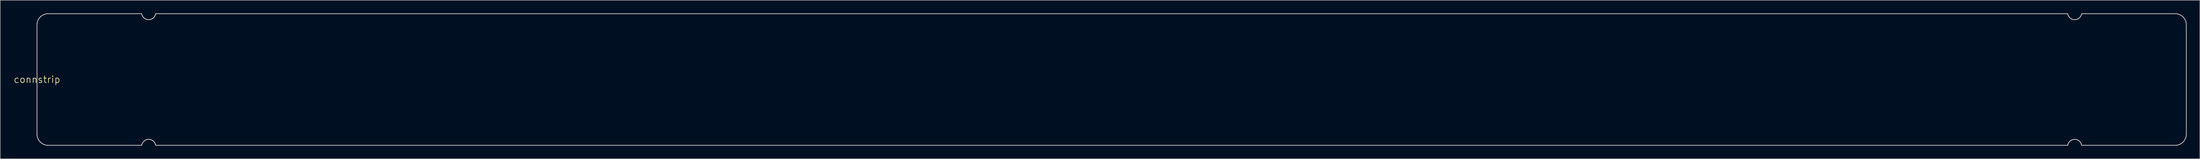
<source format=kicad_pcb>
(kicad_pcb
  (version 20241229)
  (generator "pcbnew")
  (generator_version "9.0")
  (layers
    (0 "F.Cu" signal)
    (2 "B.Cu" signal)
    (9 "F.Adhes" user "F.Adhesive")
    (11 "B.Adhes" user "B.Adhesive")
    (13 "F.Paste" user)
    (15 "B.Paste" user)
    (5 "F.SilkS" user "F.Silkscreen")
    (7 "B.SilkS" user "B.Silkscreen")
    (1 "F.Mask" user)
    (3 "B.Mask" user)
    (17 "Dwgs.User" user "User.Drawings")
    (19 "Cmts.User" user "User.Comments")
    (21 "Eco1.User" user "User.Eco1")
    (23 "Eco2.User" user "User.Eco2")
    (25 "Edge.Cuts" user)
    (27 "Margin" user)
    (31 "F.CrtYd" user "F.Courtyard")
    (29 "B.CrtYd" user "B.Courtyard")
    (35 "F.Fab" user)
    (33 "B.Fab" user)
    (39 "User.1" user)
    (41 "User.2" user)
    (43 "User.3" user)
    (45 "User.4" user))
  (footprint "connstrip"
    (layer "F.Cu")
    (at 5.37 15.077)
    (property "Reference" "connstrip" (at 0 0 0) (layer "F.SilkS") (effects (font (size 1.524 1.524) (thickness 0.15))))
    (attr through_hole)
    (fp_line (start 0 -12.46) (end 0 12.46) (stroke (width 0.154) (type solid)) (layer "Edge.Cuts"))
    (fp_line (start 0 12.46) (end 0.003 12.591) (stroke (width 0.154) (type solid)) (layer "Edge.Cuts"))
    (fp_line (start 0.003 -12.591) (end 0 -12.46) (stroke (width 0.154) (type solid)) (layer "Edge.Cuts"))
    (fp_line (start 0.003 12.591) (end 0.013 12.721) (stroke (width 0.154) (type solid)) (layer "Edge.Cuts"))
    (fp_line (start 0.013 -12.721) (end 0.003 -12.591) (stroke (width 0.154) (type solid)) (layer "Edge.Cuts"))
    (fp_line (start 0.013 12.721) (end 0.029 12.848) (stroke (width 0.154) (type solid)) (layer "Edge.Cuts"))
    (fp_line (start 0.029 -12.848) (end 0.013 -12.721) (stroke (width 0.154) (type solid)) (layer "Edge.Cuts"))
    (fp_line (start 0.029 12.848) (end 0.051 12.973) (stroke (width 0.154) (type solid)) (layer "Edge.Cuts"))
    (fp_line (start 0.051 -12.973) (end 0.029 -12.848) (stroke (width 0.154) (type solid)) (layer "Edge.Cuts"))
    (fp_line (start 0.051 12.973) (end 0.08 13.096) (stroke (width 0.154) (type solid)) (layer "Edge.Cuts"))
    (fp_line (start 0.08 -13.096) (end 0.051 -12.973) (stroke (width 0.154) (type solid)) (layer "Edge.Cuts"))
    (fp_line (start 0.08 13.096) (end 0.114 13.217) (stroke (width 0.154) (type solid)) (layer "Edge.Cuts"))
    (fp_line (start 0.114 -13.217) (end 0.08 -13.096) (stroke (width 0.154) (type solid)) (layer "Edge.Cuts"))
    (fp_line (start 0.114 13.217) (end 0.154 13.335) (stroke (width 0.154) (type solid)) (layer "Edge.Cuts"))
    (fp_line (start 0.154 -13.335) (end 0.114 -13.217) (stroke (width 0.154) (type solid)) (layer "Edge.Cuts"))
    (fp_line (start 0.154 13.335) (end 0.199 13.451) (stroke (width 0.154) (type solid)) (layer "Edge.Cuts"))
    (fp_line (start 0.199 -13.451) (end 0.154 -13.335) (stroke (width 0.154) (type solid)) (layer "Edge.Cuts"))
    (fp_line (start 0.199 13.451) (end 0.25 13.563) (stroke (width 0.154) (type solid)) (layer "Edge.Cuts"))
    (fp_line (start 0.25 -13.563) (end 0.199 -13.451) (stroke (width 0.154) (type solid)) (layer "Edge.Cuts"))
    (fp_line (start 0.25 13.563) (end 0.306 13.673) (stroke (width 0.154) (type solid)) (layer "Edge.Cuts"))
    (fp_line (start 0.306 -13.673) (end 0.25 -13.563) (stroke (width 0.154) (type solid)) (layer "Edge.Cuts"))
    (fp_line (start 0.306 13.673) (end 0.367 13.779) (stroke (width 0.154) (type solid)) (layer "Edge.Cuts"))
    (fp_line (start 0.367 -13.779) (end 0.306 -13.673) (stroke (width 0.154) (type solid)) (layer "Edge.Cuts"))
    (fp_line (start 0.367 13.779) (end 0.433 13.882) (stroke (width 0.154) (type solid)) (layer "Edge.Cuts"))
    (fp_line (start 0.433 -13.882) (end 0.367 -13.779) (stroke (width 0.154) (type solid)) (layer "Edge.Cuts"))
    (fp_line (start 0.433 13.882) (end 0.503 13.982) (stroke (width 0.154) (type solid)) (layer "Edge.Cuts"))
    (fp_line (start 0.503 -13.982) (end 0.433 -13.882) (stroke (width 0.154) (type solid)) (layer "Edge.Cuts"))
    (fp_line (start 0.503 13.982) (end 0.579 14.078) (stroke (width 0.154) (type solid)) (layer "Edge.Cuts"))
    (fp_line (start 0.579 -14.078) (end 0.503 -13.982) (stroke (width 0.154) (type solid)) (layer "Edge.Cuts"))
    (fp_line (start 0.579 14.078) (end 0.658 14.17) (stroke (width 0.154) (type solid)) (layer "Edge.Cuts"))
    (fp_line (start 0.658 -14.17) (end 0.579 -14.078) (stroke (width 0.154) (type solid)) (layer "Edge.Cuts"))
    (fp_line (start 0.658 14.17) (end 0.742 14.258) (stroke (width 0.154) (type solid)) (layer "Edge.Cuts"))
    (fp_line (start 0.742 -14.258) (end 0.658 -14.17) (stroke (width 0.154) (type solid)) (layer "Edge.Cuts"))
    (fp_line (start 0.742 14.258) (end 0.83 14.342) (stroke (width 0.154) (type solid)) (layer "Edge.Cuts"))
    (fp_line (start 0.83 -14.342) (end 0.742 -14.258) (stroke (width 0.154) (type solid)) (layer "Edge.Cuts"))
    (fp_line (start 0.83 14.342) (end 0.922 14.422) (stroke (width 0.154) (type solid)) (layer "Edge.Cuts"))
    (fp_line (start 0.922 -14.422) (end 0.83 -14.342) (stroke (width 0.154) (type solid)) (layer "Edge.Cuts"))
    (fp_line (start 0.922 14.422) (end 1.018 14.497) (stroke (width 0.154) (type solid)) (layer "Edge.Cuts"))
    (fp_line (start 1.018 -14.497) (end 0.922 -14.422) (stroke (width 0.154) (type solid)) (layer "Edge.Cuts"))
    (fp_line (start 1.018 14.497) (end 1.118 14.568) (stroke (width 0.154) (type solid)) (layer "Edge.Cuts"))
    (fp_line (start 1.118 -14.568) (end 1.018 -14.497) (stroke (width 0.154) (type solid)) (layer "Edge.Cuts"))
    (fp_line (start 1.118 14.568) (end 1.221 14.633) (stroke (width 0.154) (type solid)) (layer "Edge.Cuts"))
    (fp_line (start 1.221 -14.633) (end 1.118 -14.568) (stroke (width 0.154) (type solid)) (layer "Edge.Cuts"))
    (fp_line (start 1.221 14.633) (end 1.327 14.694) (stroke (width 0.154) (type solid)) (layer "Edge.Cuts"))
    (fp_line (start 1.327 -14.694) (end 1.221 -14.633) (stroke (width 0.154) (type solid)) (layer "Edge.Cuts"))
    (fp_line (start 1.327 14.694) (end 1.437 14.75) (stroke (width 0.154) (type solid)) (layer "Edge.Cuts"))
    (fp_line (start 1.437 -14.75) (end 1.327 -14.694) (stroke (width 0.154) (type solid)) (layer "Edge.Cuts"))
    (fp_line (start 1.437 14.75) (end 1.549 14.801) (stroke (width 0.154) (type solid)) (layer "Edge.Cuts"))
    (fp_line (start 1.549 -14.801) (end 1.437 -14.75) (stroke (width 0.154) (type solid)) (layer "Edge.Cuts"))
    (fp_line (start 1.549 14.801) (end 1.665 14.846) (stroke (width 0.154) (type solid)) (layer "Edge.Cuts"))
    (fp_line (start 1.665 -14.846) (end 1.549 -14.801) (stroke (width 0.154) (type solid)) (layer "Edge.Cuts"))
    (fp_line (start 1.665 14.846) (end 1.783 14.886) (stroke (width 0.154) (type solid)) (layer "Edge.Cuts"))
    (fp_line (start 1.783 -14.886) (end 1.665 -14.846) (stroke (width 0.154) (type solid)) (layer "Edge.Cuts"))
    (fp_line (start 1.783 14.886) (end 1.904 14.92) (stroke (width 0.154) (type solid)) (layer "Edge.Cuts"))
    (fp_line (start 1.904 -14.92) (end 1.783 -14.886) (stroke (width 0.154) (type solid)) (layer "Edge.Cuts"))
    (fp_line (start 1.904 14.92) (end 2.027 14.949) (stroke (width 0.154) (type solid)) (layer "Edge.Cuts"))
    (fp_line (start 2.027 -14.949) (end 1.904 -14.92) (stroke (width 0.154) (type solid)) (layer "Edge.Cuts"))
    (fp_line (start 2.027 14.949) (end 2.152 14.971) (stroke (width 0.154) (type solid)) (layer "Edge.Cuts"))
    (fp_line (start 2.152 -14.971) (end 2.027 -14.949) (stroke (width 0.154) (type solid)) (layer "Edge.Cuts"))
    (fp_line (start 2.152 14.971) (end 2.279 14.987) (stroke (width 0.154) (type solid)) (layer "Edge.Cuts"))
    (fp_line (start 2.279 -14.987) (end 2.152 -14.971) (stroke (width 0.154) (type solid)) (layer "Edge.Cuts"))
    (fp_line (start 2.279 14.987) (end 2.409 14.997) (stroke (width 0.154) (type solid)) (layer "Edge.Cuts"))
    (fp_line (start 2.409 -14.997) (end 2.279 -14.987) (stroke (width 0.154) (type solid)) (layer "Edge.Cuts"))
    (fp_line (start 2.409 14.997) (end 2.54 15) (stroke (width 0.154) (type solid)) (layer "Edge.Cuts"))
    (fp_line (start 2.54 -15) (end 2.409 -14.997) (stroke (width 0.154) (type solid)) (layer "Edge.Cuts"))
    (fp_line (start 2.54 15) (end 23.82 15) (stroke (width 0.154) (type solid)) (layer "Edge.Cuts"))
    (fp_line (start 23.82 15) (end 23.832 14.927) (stroke (width 0.154) (type solid)) (layer "Edge.Cuts"))
    (fp_line (start 23.82 -15) (end 2.54 -15) (stroke (width 0.154) (type solid)) (layer "Edge.Cuts"))
    (fp_line (start 23.832 14.927) (end 23.848 14.856) (stroke (width 0.154) (type solid)) (layer "Edge.Cuts"))
    (fp_line (start 23.833 -14.927) (end 23.82 -15) (stroke (width 0.154) (type solid)) (layer "Edge.Cuts"))
    (fp_line (start 23.848 14.856) (end 23.867 14.786) (stroke (width 0.154) (type solid)) (layer "Edge.Cuts"))
    (fp_line (start 23.849 -14.856) (end 23.833 -14.927) (stroke (width 0.154) (type solid)) (layer "Edge.Cuts"))
    (fp_line (start 23.867 14.786) (end 23.889 14.717) (stroke (width 0.154) (type solid)) (layer "Edge.Cuts"))
    (fp_line (start 23.868 -14.786) (end 23.849 -14.856) (stroke (width 0.154) (type solid)) (layer "Edge.Cuts"))
    (fp_line (start 23.889 14.717) (end 23.914 14.65) (stroke (width 0.154) (type solid)) (layer "Edge.Cuts"))
    (fp_line (start 23.89 -14.717) (end 23.868 -14.786) (stroke (width 0.154) (type solid)) (layer "Edge.Cuts"))
    (fp_line (start 23.914 14.65) (end 23.942 14.584) (stroke (width 0.154) (type solid)) (layer "Edge.Cuts"))
    (fp_line (start 23.915 -14.65) (end 23.89 -14.717) (stroke (width 0.154) (type solid)) (layer "Edge.Cuts"))
    (fp_line (start 23.942 14.584) (end 23.972 14.52) (stroke (width 0.154) (type solid)) (layer "Edge.Cuts"))
    (fp_line (start 23.942 -14.585) (end 23.915 -14.65) (stroke (width 0.154) (type solid)) (layer "Edge.Cuts"))
    (fp_line (start 23.972 14.52) (end 24.005 14.458) (stroke (width 0.154) (type solid)) (layer "Edge.Cuts"))
    (fp_line (start 23.973 -14.521) (end 23.942 -14.585) (stroke (width 0.154) (type solid)) (layer "Edge.Cuts"))
    (fp_line (start 24.005 14.458) (end 24.041 14.397) (stroke (width 0.154) (type solid)) (layer "Edge.Cuts"))
    (fp_line (start 24.006 -14.458) (end 23.973 -14.521) (stroke (width 0.154) (type solid)) (layer "Edge.Cuts"))
    (fp_line (start 24.041 14.397) (end 24.08 14.339) (stroke (width 0.154) (type solid)) (layer "Edge.Cuts"))
    (fp_line (start 24.042 -14.398) (end 24.006 -14.458) (stroke (width 0.154) (type solid)) (layer "Edge.Cuts"))
    (fp_line (start 24.08 14.339) (end 24.12 14.282) (stroke (width 0.154) (type solid)) (layer "Edge.Cuts"))
    (fp_line (start 24.08 -14.339) (end 24.042 -14.398) (stroke (width 0.154) (type solid)) (layer "Edge.Cuts"))
    (fp_line (start 24.12 14.282) (end 24.163 14.227) (stroke (width 0.154) (type solid)) (layer "Edge.Cuts"))
    (fp_line (start 24.121 -14.282) (end 24.08 -14.339) (stroke (width 0.154) (type solid)) (layer "Edge.Cuts"))
    (fp_line (start 24.163 14.227) (end 24.209 14.174) (stroke (width 0.154) (type solid)) (layer "Edge.Cuts"))
    (fp_line (start 24.164 -14.227) (end 24.121 -14.282) (stroke (width 0.154) (type solid)) (layer "Edge.Cuts"))
    (fp_line (start 24.209 14.174) (end 24.256 14.123) (stroke (width 0.154) (type solid)) (layer "Edge.Cuts"))
    (fp_line (start 24.209 -14.174) (end 24.164 -14.227) (stroke (width 0.154) (type solid)) (layer "Edge.Cuts"))
    (fp_line (start 24.256 14.123) (end 24.306 14.074) (stroke (width 0.154) (type solid)) (layer "Edge.Cuts"))
    (fp_line (start 24.257 -14.123) (end 24.209 -14.174) (stroke (width 0.154) (type solid)) (layer "Edge.Cuts"))
    (fp_line (start 24.306 14.074) (end 24.358 14.027) (stroke (width 0.154) (type solid)) (layer "Edge.Cuts"))
    (fp_line (start 24.306 -14.074) (end 24.257 -14.123) (stroke (width 0.154) (type solid)) (layer "Edge.Cuts"))
    (fp_line (start 24.358 14.027) (end 24.412 13.983) (stroke (width 0.154) (type solid)) (layer "Edge.Cuts"))
    (fp_line (start 24.358 -14.027) (end 24.306 -14.074) (stroke (width 0.154) (type solid)) (layer "Edge.Cuts"))
    (fp_line (start 24.412 13.983) (end 24.467 13.941) (stroke (width 0.154) (type solid)) (layer "Edge.Cuts"))
    (fp_line (start 24.412 -13.983) (end 24.358 -14.027) (stroke (width 0.154) (type solid)) (layer "Edge.Cuts"))
    (fp_line (start 24.467 13.941) (end 24.525 13.902) (stroke (width 0.154) (type solid)) (layer "Edge.Cuts"))
    (fp_line (start 24.468 -13.941) (end 24.412 -13.983) (stroke (width 0.154) (type solid)) (layer "Edge.Cuts"))
    (fp_line (start 24.525 13.902) (end 24.584 13.865) (stroke (width 0.154) (type solid)) (layer "Edge.Cuts"))
    (fp_line (start 24.525 -13.902) (end 24.468 -13.941) (stroke (width 0.154) (type solid)) (layer "Edge.Cuts"))
    (fp_line (start 24.584 13.865) (end 24.645 13.83) (stroke (width 0.154) (type solid)) (layer "Edge.Cuts"))
    (fp_line (start 24.584 -13.865) (end 24.525 -13.902) (stroke (width 0.154) (type solid)) (layer "Edge.Cuts"))
    (fp_line (start 24.645 13.83) (end 24.707 13.798) (stroke (width 0.154) (type solid)) (layer "Edge.Cuts"))
    (fp_line (start 24.645 -13.83) (end 24.584 -13.865) (stroke (width 0.154) (type solid)) (layer "Edge.Cuts"))
    (fp_line (start 24.707 13.798) (end 24.771 13.769) (stroke (width 0.154) (type solid)) (layer "Edge.Cuts"))
    (fp_line (start 24.707 -13.799) (end 24.645 -13.83) (stroke (width 0.154) (type solid)) (layer "Edge.Cuts"))
    (fp_line (start 24.771 13.769) (end 24.836 13.743) (stroke (width 0.154) (type solid)) (layer "Edge.Cuts"))
    (fp_line (start 24.771 -13.769) (end 24.707 -13.799) (stroke (width 0.154) (type solid)) (layer "Edge.Cuts"))
    (fp_line (start 24.836 13.743) (end 24.903 13.719) (stroke (width 0.154) (type solid)) (layer "Edge.Cuts"))
    (fp_line (start 24.836 -13.743) (end 24.771 -13.769) (stroke (width 0.154) (type solid)) (layer "Edge.Cuts"))
    (fp_line (start 24.903 13.719) (end 24.971 13.699) (stroke (width 0.154) (type solid)) (layer "Edge.Cuts"))
    (fp_line (start 24.903 -13.72) (end 24.836 -13.743) (stroke (width 0.154) (type solid)) (layer "Edge.Cuts"))
    (fp_line (start 24.971 13.699) (end 25.04 13.681) (stroke (width 0.154) (type solid)) (layer "Edge.Cuts"))
    (fp_line (start 24.971 -13.699) (end 24.903 -13.72) (stroke (width 0.154) (type solid)) (layer "Edge.Cuts"))
    (fp_line (start 25.04 13.681) (end 25.11 13.667) (stroke (width 0.154) (type solid)) (layer "Edge.Cuts"))
    (fp_line (start 25.04 -13.681) (end 24.971 -13.699) (stroke (width 0.154) (type solid)) (layer "Edge.Cuts"))
    (fp_line (start 25.11 13.667) (end 25.181 13.655) (stroke (width 0.154) (type solid)) (layer "Edge.Cuts"))
    (fp_line (start 25.11 -13.667) (end 25.04 -13.681) (stroke (width 0.154) (type solid)) (layer "Edge.Cuts"))
    (fp_line (start 25.181 13.655) (end 25.253 13.647) (stroke (width 0.154) (type solid)) (layer "Edge.Cuts"))
    (fp_line (start 25.181 -13.655) (end 25.11 -13.667) (stroke (width 0.154) (type solid)) (layer "Edge.Cuts"))
    (fp_line (start 25.253 13.647) (end 25.326 13.642) (stroke (width 0.154) (type solid)) (layer "Edge.Cuts"))
    (fp_line (start 25.253 -13.647) (end 25.181 -13.655) (stroke (width 0.154) (type solid)) (layer "Edge.Cuts"))
    (fp_line (start 25.326 13.642) (end 25.4 13.64) (stroke (width 0.154) (type solid)) (layer "Edge.Cuts"))
    (fp_line (start 25.326 -13.642) (end 25.253 -13.647) (stroke (width 0.154) (type solid)) (layer "Edge.Cuts"))
    (fp_line (start 25.4 -13.64) (end 25.326 -13.642) (stroke (width 0.154) (type solid)) (layer "Edge.Cuts"))
    (fp_line (start 25.4 13.64) (end 25.474 13.642) (stroke (width 0.154) (type solid)) (layer "Edge.Cuts"))
    (fp_line (start 25.474 13.642) (end 25.547 13.647) (stroke (width 0.154) (type solid)) (layer "Edge.Cuts"))
    (fp_line (start 25.474 -13.642) (end 25.4 -13.64) (stroke (width 0.154) (type solid)) (layer "Edge.Cuts"))
    (fp_line (start 25.547 13.647) (end 25.619 13.655) (stroke (width 0.154) (type solid)) (layer "Edge.Cuts"))
    (fp_line (start 25.547 -13.647) (end 25.474 -13.642) (stroke (width 0.154) (type solid)) (layer "Edge.Cuts"))
    (fp_line (start 25.619 13.655) (end 25.69 13.667) (stroke (width 0.154) (type solid)) (layer "Edge.Cuts"))
    (fp_line (start 25.619 -13.655) (end 25.547 -13.647) (stroke (width 0.154) (type solid)) (layer "Edge.Cuts"))
    (fp_line (start 25.69 13.667) (end 25.76 13.681) (stroke (width 0.154) (type solid)) (layer "Edge.Cuts"))
    (fp_line (start 25.69 -13.667) (end 25.619 -13.655) (stroke (width 0.154) (type solid)) (layer "Edge.Cuts"))
    (fp_line (start 25.76 13.681) (end 25.829 13.699) (stroke (width 0.154) (type solid)) (layer "Edge.Cuts"))
    (fp_line (start 25.76 -13.681) (end 25.69 -13.667) (stroke (width 0.154) (type solid)) (layer "Edge.Cuts"))
    (fp_line (start 25.829 13.699) (end 25.897 13.72) (stroke (width 0.154) (type solid)) (layer "Edge.Cuts"))
    (fp_line (start 25.829 -13.699) (end 25.76 -13.681) (stroke (width 0.154) (type solid)) (layer "Edge.Cuts"))
    (fp_line (start 25.897 13.72) (end 25.964 13.743) (stroke (width 0.154) (type solid)) (layer "Edge.Cuts"))
    (fp_line (start 25.897 -13.719) (end 25.829 -13.699) (stroke (width 0.154) (type solid)) (layer "Edge.Cuts"))
    (fp_line (start 25.964 13.743) (end 26.029 13.769) (stroke (width 0.154) (type solid)) (layer "Edge.Cuts"))
    (fp_line (start 25.964 -13.743) (end 25.897 -13.719) (stroke (width 0.154) (type solid)) (layer "Edge.Cuts"))
    (fp_line (start 26.029 13.769) (end 26.093 13.799) (stroke (width 0.154) (type solid)) (layer "Edge.Cuts"))
    (fp_line (start 26.029 -13.769) (end 25.964 -13.743) (stroke (width 0.154) (type solid)) (layer "Edge.Cuts"))
    (fp_line (start 26.093 13.799) (end 26.155 13.83) (stroke (width 0.154) (type solid)) (layer "Edge.Cuts"))
    (fp_line (start 26.093 -13.798) (end 26.029 -13.769) (stroke (width 0.154) (type solid)) (layer "Edge.Cuts"))
    (fp_line (start 26.155 13.83) (end 26.216 13.865) (stroke (width 0.154) (type solid)) (layer "Edge.Cuts"))
    (fp_line (start 26.155 -13.83) (end 26.093 -13.798) (stroke (width 0.154) (type solid)) (layer "Edge.Cuts"))
    (fp_line (start 26.216 13.865) (end 26.275 13.902) (stroke (width 0.154) (type solid)) (layer "Edge.Cuts"))
    (fp_line (start 26.216 -13.865) (end 26.155 -13.83) (stroke (width 0.154) (type solid)) (layer "Edge.Cuts"))
    (fp_line (start 26.275 13.902) (end 26.332 13.941) (stroke (width 0.154) (type solid)) (layer "Edge.Cuts"))
    (fp_line (start 26.275 -13.902) (end 26.216 -13.865) (stroke (width 0.154) (type solid)) (layer "Edge.Cuts"))
    (fp_line (start 26.332 13.941) (end 26.388 13.983) (stroke (width 0.154) (type solid)) (layer "Edge.Cuts"))
    (fp_line (start 26.333 -13.941) (end 26.275 -13.902) (stroke (width 0.154) (type solid)) (layer "Edge.Cuts"))
    (fp_line (start 26.388 13.983) (end 26.442 14.027) (stroke (width 0.154) (type solid)) (layer "Edge.Cuts"))
    (fp_line (start 26.388 -13.983) (end 26.333 -13.941) (stroke (width 0.154) (type solid)) (layer "Edge.Cuts"))
    (fp_line (start 26.442 14.027) (end 26.494 14.074) (stroke (width 0.154) (type solid)) (layer "Edge.Cuts"))
    (fp_line (start 26.442 -14.027) (end 26.388 -13.983) (stroke (width 0.154) (type solid)) (layer "Edge.Cuts"))
    (fp_line (start 26.494 14.074) (end 26.543 14.123) (stroke (width 0.154) (type solid)) (layer "Edge.Cuts"))
    (fp_line (start 26.494 -14.074) (end 26.442 -14.027) (stroke (width 0.154) (type solid)) (layer "Edge.Cuts"))
    (fp_line (start 26.543 14.123) (end 26.591 14.174) (stroke (width 0.154) (type solid)) (layer "Edge.Cuts"))
    (fp_line (start 26.544 -14.123) (end 26.494 -14.074) (stroke (width 0.154) (type solid)) (layer "Edge.Cuts"))
    (fp_line (start 26.591 14.174) (end 26.636 14.227) (stroke (width 0.154) (type solid)) (layer "Edge.Cuts"))
    (fp_line (start 26.591 -14.174) (end 26.544 -14.123) (stroke (width 0.154) (type solid)) (layer "Edge.Cuts"))
    (fp_line (start 26.636 14.227) (end 26.679 14.282) (stroke (width 0.154) (type solid)) (layer "Edge.Cuts"))
    (fp_line (start 26.637 -14.227) (end 26.591 -14.174) (stroke (width 0.154) (type solid)) (layer "Edge.Cuts"))
    (fp_line (start 26.679 14.282) (end 26.72 14.339) (stroke (width 0.154) (type solid)) (layer "Edge.Cuts"))
    (fp_line (start 26.68 -14.282) (end 26.637 -14.227) (stroke (width 0.154) (type solid)) (layer "Edge.Cuts"))
    (fp_line (start 26.72 14.339) (end 26.758 14.398) (stroke (width 0.154) (type solid)) (layer "Edge.Cuts"))
    (fp_line (start 26.72 -14.339) (end 26.68 -14.282) (stroke (width 0.154) (type solid)) (layer "Edge.Cuts"))
    (fp_line (start 26.758 14.398) (end 26.794 14.458) (stroke (width 0.154) (type solid)) (layer "Edge.Cuts"))
    (fp_line (start 26.759 -14.397) (end 26.72 -14.339) (stroke (width 0.154) (type solid)) (layer "Edge.Cuts"))
    (fp_line (start 26.794 14.458) (end 26.827 14.521) (stroke (width 0.154) (type solid)) (layer "Edge.Cuts"))
    (fp_line (start 26.795 -14.458) (end 26.759 -14.397) (stroke (width 0.154) (type solid)) (layer "Edge.Cuts"))
    (fp_line (start 26.827 14.521) (end 26.858 14.585) (stroke (width 0.154) (type solid)) (layer "Edge.Cuts"))
    (fp_line (start 26.828 -14.52) (end 26.795 -14.458) (stroke (width 0.154) (type solid)) (layer "Edge.Cuts"))
    (fp_line (start 26.858 14.585) (end 26.885 14.65) (stroke (width 0.154) (type solid)) (layer "Edge.Cuts"))
    (fp_line (start 26.858 -14.584) (end 26.828 -14.52) (stroke (width 0.154) (type solid)) (layer "Edge.Cuts"))
    (fp_line (start 26.885 14.65) (end 26.91 14.717) (stroke (width 0.154) (type solid)) (layer "Edge.Cuts"))
    (fp_line (start 26.886 -14.65) (end 26.858 -14.584) (stroke (width 0.154) (type solid)) (layer "Edge.Cuts"))
    (fp_line (start 26.91 14.717) (end 26.932 14.786) (stroke (width 0.154) (type solid)) (layer "Edge.Cuts"))
    (fp_line (start 26.911 -14.717) (end 26.886 -14.65) (stroke (width 0.154) (type solid)) (layer "Edge.Cuts"))
    (fp_line (start 26.932 14.786) (end 26.951 14.856) (stroke (width 0.154) (type solid)) (layer "Edge.Cuts"))
    (fp_line (start 26.933 -14.786) (end 26.911 -14.717) (stroke (width 0.154) (type solid)) (layer "Edge.Cuts"))
    (fp_line (start 26.951 14.856) (end 26.967 14.927) (stroke (width 0.154) (type solid)) (layer "Edge.Cuts"))
    (fp_line (start 26.952 -14.856) (end 26.933 -14.786) (stroke (width 0.154) (type solid)) (layer "Edge.Cuts"))
    (fp_line (start 26.967 14.927) (end 26.98 15) (stroke (width 0.154) (type solid)) (layer "Edge.Cuts"))
    (fp_line (start 26.968 -14.927) (end 26.952 -14.856) (stroke (width 0.154) (type solid)) (layer "Edge.Cuts"))
    (fp_line (start 26.98 15) (end 461.97 15) (stroke (width 0.154) (type solid)) (layer "Edge.Cuts"))
    (fp_line (start 26.98 -15) (end 26.968 -14.927) (stroke (width 0.154) (type solid)) (layer "Edge.Cuts"))
    (fp_line (start 461.97 15) (end 461.982 14.927) (stroke (width 0.154) (type solid)) (layer "Edge.Cuts"))
    (fp_line (start 461.97 -15) (end 26.98 -15) (stroke (width 0.154) (type solid)) (layer "Edge.Cuts"))
    (fp_line (start 461.982 14.927) (end 461.998 14.856) (stroke (width 0.154) (type solid)) (layer "Edge.Cuts"))
    (fp_line (start 461.983 -14.927) (end 461.97 -15) (stroke (width 0.154) (type solid)) (layer "Edge.Cuts"))
    (fp_line (start 461.998 14.856) (end 462.017 14.786) (stroke (width 0.154) (type solid)) (layer "Edge.Cuts"))
    (fp_line (start 461.999 -14.856) (end 461.983 -14.927) (stroke (width 0.154) (type solid)) (layer "Edge.Cuts"))
    (fp_line (start 462.017 14.786) (end 462.039 14.717) (stroke (width 0.154) (type solid)) (layer "Edge.Cuts"))
    (fp_line (start 462.018 -14.786) (end 461.999 -14.856) (stroke (width 0.154) (type solid)) (layer "Edge.Cuts"))
    (fp_line (start 462.039 14.717) (end 462.064 14.65) (stroke (width 0.154) (type solid)) (layer "Edge.Cuts"))
    (fp_line (start 462.04 -14.717) (end 462.018 -14.786) (stroke (width 0.154) (type solid)) (layer "Edge.Cuts"))
    (fp_line (start 462.064 14.65) (end 462.092 14.584) (stroke (width 0.154) (type solid)) (layer "Edge.Cuts"))
    (fp_line (start 462.065 -14.65) (end 462.04 -14.717) (stroke (width 0.154) (type solid)) (layer "Edge.Cuts"))
    (fp_line (start 462.092 14.584) (end 462.122 14.52) (stroke (width 0.154) (type solid)) (layer "Edge.Cuts"))
    (fp_line (start 462.092 -14.585) (end 462.065 -14.65) (stroke (width 0.154) (type solid)) (layer "Edge.Cuts"))
    (fp_line (start 462.122 14.52) (end 462.155 14.458) (stroke (width 0.154) (type solid)) (layer "Edge.Cuts"))
    (fp_line (start 462.123 -14.521) (end 462.092 -14.585) (stroke (width 0.154) (type solid)) (layer "Edge.Cuts"))
    (fp_line (start 462.155 14.458) (end 462.191 14.397) (stroke (width 0.154) (type solid)) (layer "Edge.Cuts"))
    (fp_line (start 462.156 -14.458) (end 462.123 -14.521) (stroke (width 0.154) (type solid)) (layer "Edge.Cuts"))
    (fp_line (start 462.191 14.397) (end 462.23 14.339) (stroke (width 0.154) (type solid)) (layer "Edge.Cuts"))
    (fp_line (start 462.192 -14.398) (end 462.156 -14.458) (stroke (width 0.154) (type solid)) (layer "Edge.Cuts"))
    (fp_line (start 462.23 14.339) (end 462.27 14.282) (stroke (width 0.154) (type solid)) (layer "Edge.Cuts"))
    (fp_line (start 462.23 -14.339) (end 462.192 -14.398) (stroke (width 0.154) (type solid)) (layer "Edge.Cuts"))
    (fp_line (start 462.27 14.282) (end 462.313 14.227) (stroke (width 0.154) (type solid)) (layer "Edge.Cuts"))
    (fp_line (start 462.271 -14.282) (end 462.23 -14.339) (stroke (width 0.154) (type solid)) (layer "Edge.Cuts"))
    (fp_line (start 462.313 14.227) (end 462.359 14.174) (stroke (width 0.154) (type solid)) (layer "Edge.Cuts"))
    (fp_line (start 462.314 -14.227) (end 462.271 -14.282) (stroke (width 0.154) (type solid)) (layer "Edge.Cuts"))
    (fp_line (start 462.359 14.174) (end 462.406 14.123) (stroke (width 0.154) (type solid)) (layer "Edge.Cuts"))
    (fp_line (start 462.359 -14.174) (end 462.314 -14.227) (stroke (width 0.154) (type solid)) (layer "Edge.Cuts"))
    (fp_line (start 462.406 14.123) (end 462.456 14.074) (stroke (width 0.154) (type solid)) (layer "Edge.Cuts"))
    (fp_line (start 462.407 -14.123) (end 462.359 -14.174) (stroke (width 0.154) (type solid)) (layer "Edge.Cuts"))
    (fp_line (start 462.456 14.074) (end 462.508 14.027) (stroke (width 0.154) (type solid)) (layer "Edge.Cuts"))
    (fp_line (start 462.456 -14.074) (end 462.407 -14.123) (stroke (width 0.154) (type solid)) (layer "Edge.Cuts"))
    (fp_line (start 462.508 14.027) (end 462.562 13.983) (stroke (width 0.154) (type solid)) (layer "Edge.Cuts"))
    (fp_line (start 462.508 -14.027) (end 462.456 -14.074) (stroke (width 0.154) (type solid)) (layer "Edge.Cuts"))
    (fp_line (start 462.562 13.983) (end 462.617 13.941) (stroke (width 0.154) (type solid)) (layer "Edge.Cuts"))
    (fp_line (start 462.562 -13.983) (end 462.508 -14.027) (stroke (width 0.154) (type solid)) (layer "Edge.Cuts"))
    (fp_line (start 462.617 13.941) (end 462.675 13.902) (stroke (width 0.154) (type solid)) (layer "Edge.Cuts"))
    (fp_line (start 462.618 -13.941) (end 462.562 -13.983) (stroke (width 0.154) (type solid)) (layer "Edge.Cuts"))
    (fp_line (start 462.675 13.902) (end 462.734 13.865) (stroke (width 0.154) (type solid)) (layer "Edge.Cuts"))
    (fp_line (start 462.675 -13.902) (end 462.618 -13.941) (stroke (width 0.154) (type solid)) (layer "Edge.Cuts"))
    (fp_line (start 462.734 13.865) (end 462.795 13.83) (stroke (width 0.154) (type solid)) (layer "Edge.Cuts"))
    (fp_line (start 462.734 -13.865) (end 462.675 -13.902) (stroke (width 0.154) (type solid)) (layer "Edge.Cuts"))
    (fp_line (start 462.795 13.83) (end 462.857 13.798) (stroke (width 0.154) (type solid)) (layer "Edge.Cuts"))
    (fp_line (start 462.795 -13.83) (end 462.734 -13.865) (stroke (width 0.154) (type solid)) (layer "Edge.Cuts"))
    (fp_line (start 462.857 13.798) (end 462.921 13.769) (stroke (width 0.154) (type solid)) (layer "Edge.Cuts"))
    (fp_line (start 462.857 -13.799) (end 462.795 -13.83) (stroke (width 0.154) (type solid)) (layer "Edge.Cuts"))
    (fp_line (start 462.921 13.769) (end 462.986 13.743) (stroke (width 0.154) (type solid)) (layer "Edge.Cuts"))
    (fp_line (start 462.921 -13.769) (end 462.857 -13.799) (stroke (width 0.154) (type solid)) (layer "Edge.Cuts"))
    (fp_line (start 462.986 13.743) (end 463.053 13.719) (stroke (width 0.154) (type solid)) (layer "Edge.Cuts"))
    (fp_line (start 462.986 -13.743) (end 462.921 -13.769) (stroke (width 0.154) (type solid)) (layer "Edge.Cuts"))
    (fp_line (start 463.053 13.719) (end 463.121 13.699) (stroke (width 0.154) (type solid)) (layer "Edge.Cuts"))
    (fp_line (start 463.053 -13.72) (end 462.986 -13.743) (stroke (width 0.154) (type solid)) (layer "Edge.Cuts"))
    (fp_line (start 463.121 13.699) (end 463.19 13.681) (stroke (width 0.154) (type solid)) (layer "Edge.Cuts"))
    (fp_line (start 463.121 -13.699) (end 463.053 -13.72) (stroke (width 0.154) (type solid)) (layer "Edge.Cuts"))
    (fp_line (start 463.19 13.681) (end 463.26 13.667) (stroke (width 0.154) (type solid)) (layer "Edge.Cuts"))
    (fp_line (start 463.19 -13.681) (end 463.121 -13.699) (stroke (width 0.154) (type solid)) (layer "Edge.Cuts"))
    (fp_line (start 463.26 13.667) (end 463.331 13.655) (stroke (width 0.154) (type solid)) (layer "Edge.Cuts"))
    (fp_line (start 463.26 -13.667) (end 463.19 -13.681) (stroke (width 0.154) (type solid)) (layer "Edge.Cuts"))
    (fp_line (start 463.331 13.655) (end 463.403 13.647) (stroke (width 0.154) (type solid)) (layer "Edge.Cuts"))
    (fp_line (start 463.331 -13.655) (end 463.26 -13.667) (stroke (width 0.154) (type solid)) (layer "Edge.Cuts"))
    (fp_line (start 463.403 13.647) (end 463.476 13.642) (stroke (width 0.154) (type solid)) (layer "Edge.Cuts"))
    (fp_line (start 463.403 -13.647) (end 463.331 -13.655) (stroke (width 0.154) (type solid)) (layer "Edge.Cuts"))
    (fp_line (start 463.476 13.642) (end 463.55 13.64) (stroke (width 0.154) (type solid)) (layer "Edge.Cuts"))
    (fp_line (start 463.476 -13.642) (end 463.403 -13.647) (stroke (width 0.154) (type solid)) (layer "Edge.Cuts"))
    (fp_line (start 463.55 -13.64) (end 463.476 -13.642) (stroke (width 0.154) (type solid)) (layer "Edge.Cuts"))
    (fp_line (start 463.55 13.64) (end 463.624 13.642) (stroke (width 0.154) (type solid)) (layer "Edge.Cuts"))
    (fp_line (start 463.624 13.642) (end 463.697 13.647) (stroke (width 0.154) (type solid)) (layer "Edge.Cuts"))
    (fp_line (start 463.624 -13.642) (end 463.55 -13.64) (stroke (width 0.154) (type solid)) (layer "Edge.Cuts"))
    (fp_line (start 463.697 13.647) (end 463.769 13.655) (stroke (width 0.154) (type solid)) (layer "Edge.Cuts"))
    (fp_line (start 463.697 -13.647) (end 463.624 -13.642) (stroke (width 0.154) (type solid)) (layer "Edge.Cuts"))
    (fp_line (start 463.769 13.655) (end 463.84 13.667) (stroke (width 0.154) (type solid)) (layer "Edge.Cuts"))
    (fp_line (start 463.769 -13.655) (end 463.697 -13.647) (stroke (width 0.154) (type solid)) (layer "Edge.Cuts"))
    (fp_line (start 463.84 13.667) (end 463.91 13.681) (stroke (width 0.154) (type solid)) (layer "Edge.Cuts"))
    (fp_line (start 463.84 -13.667) (end 463.769 -13.655) (stroke (width 0.154) (type solid)) (layer "Edge.Cuts"))
    (fp_line (start 463.91 13.681) (end 463.979 13.699) (stroke (width 0.154) (type solid)) (layer "Edge.Cuts"))
    (fp_line (start 463.91 -13.681) (end 463.84 -13.667) (stroke (width 0.154) (type solid)) (layer "Edge.Cuts"))
    (fp_line (start 463.979 13.699) (end 464.047 13.72) (stroke (width 0.154) (type solid)) (layer "Edge.Cuts"))
    (fp_line (start 463.979 -13.699) (end 463.91 -13.681) (stroke (width 0.154) (type solid)) (layer "Edge.Cuts"))
    (fp_line (start 464.047 13.72) (end 464.114 13.743) (stroke (width 0.154) (type solid)) (layer "Edge.Cuts"))
    (fp_line (start 464.047 -13.719) (end 463.979 -13.699) (stroke (width 0.154) (type solid)) (layer "Edge.Cuts"))
    (fp_line (start 464.114 13.743) (end 464.179 13.769) (stroke (width 0.154) (type solid)) (layer "Edge.Cuts"))
    (fp_line (start 464.114 -13.743) (end 464.047 -13.719) (stroke (width 0.154) (type solid)) (layer "Edge.Cuts"))
    (fp_line (start 464.179 13.769) (end 464.243 13.799) (stroke (width 0.154) (type solid)) (layer "Edge.Cuts"))
    (fp_line (start 464.179 -13.769) (end 464.114 -13.743) (stroke (width 0.154) (type solid)) (layer "Edge.Cuts"))
    (fp_line (start 464.243 13.799) (end 464.305 13.83) (stroke (width 0.154) (type solid)) (layer "Edge.Cuts"))
    (fp_line (start 464.243 -13.798) (end 464.179 -13.769) (stroke (width 0.154) (type solid)) (layer "Edge.Cuts"))
    (fp_line (start 464.305 13.83) (end 464.366 13.865) (stroke (width 0.154) (type solid)) (layer "Edge.Cuts"))
    (fp_line (start 464.305 -13.83) (end 464.243 -13.798) (stroke (width 0.154) (type solid)) (layer "Edge.Cuts"))
    (fp_line (start 464.366 13.865) (end 464.425 13.902) (stroke (width 0.154) (type solid)) (layer "Edge.Cuts"))
    (fp_line (start 464.366 -13.865) (end 464.305 -13.83) (stroke (width 0.154) (type solid)) (layer "Edge.Cuts"))
    (fp_line (start 464.425 13.902) (end 464.482 13.941) (stroke (width 0.154) (type solid)) (layer "Edge.Cuts"))
    (fp_line (start 464.425 -13.902) (end 464.366 -13.865) (stroke (width 0.154) (type solid)) (layer "Edge.Cuts"))
    (fp_line (start 464.482 13.941) (end 464.538 13.983) (stroke (width 0.154) (type solid)) (layer "Edge.Cuts"))
    (fp_line (start 464.483 -13.941) (end 464.425 -13.902) (stroke (width 0.154) (type solid)) (layer "Edge.Cuts"))
    (fp_line (start 464.538 13.983) (end 464.592 14.027) (stroke (width 0.154) (type solid)) (layer "Edge.Cuts"))
    (fp_line (start 464.538 -13.983) (end 464.483 -13.941) (stroke (width 0.154) (type solid)) (layer "Edge.Cuts"))
    (fp_line (start 464.592 14.027) (end 464.644 14.074) (stroke (width 0.154) (type solid)) (layer "Edge.Cuts"))
    (fp_line (start 464.592 -14.027) (end 464.538 -13.983) (stroke (width 0.154) (type solid)) (layer "Edge.Cuts"))
    (fp_line (start 464.644 14.074) (end 464.693 14.123) (stroke (width 0.154) (type solid)) (layer "Edge.Cuts"))
    (fp_line (start 464.644 -14.074) (end 464.592 -14.027) (stroke (width 0.154) (type solid)) (layer "Edge.Cuts"))
    (fp_line (start 464.693 14.123) (end 464.741 14.174) (stroke (width 0.154) (type solid)) (layer "Edge.Cuts"))
    (fp_line (start 464.694 -14.123) (end 464.644 -14.074) (stroke (width 0.154) (type solid)) (layer "Edge.Cuts"))
    (fp_line (start 464.741 14.174) (end 464.786 14.227) (stroke (width 0.154) (type solid)) (layer "Edge.Cuts"))
    (fp_line (start 464.741 -14.174) (end 464.694 -14.123) (stroke (width 0.154) (type solid)) (layer "Edge.Cuts"))
    (fp_line (start 464.786 14.227) (end 464.829 14.282) (stroke (width 0.154) (type solid)) (layer "Edge.Cuts"))
    (fp_line (start 464.787 -14.227) (end 464.741 -14.174) (stroke (width 0.154) (type solid)) (layer "Edge.Cuts"))
    (fp_line (start 464.829 14.282) (end 464.87 14.339) (stroke (width 0.154) (type solid)) (layer "Edge.Cuts"))
    (fp_line (start 464.83 -14.282) (end 464.787 -14.227) (stroke (width 0.154) (type solid)) (layer "Edge.Cuts"))
    (fp_line (start 464.87 14.339) (end 464.908 14.398) (stroke (width 0.154) (type solid)) (layer "Edge.Cuts"))
    (fp_line (start 464.87 -14.339) (end 464.83 -14.282) (stroke (width 0.154) (type solid)) (layer "Edge.Cuts"))
    (fp_line (start 464.908 14.398) (end 464.944 14.458) (stroke (width 0.154) (type solid)) (layer "Edge.Cuts"))
    (fp_line (start 464.909 -14.397) (end 464.87 -14.339) (stroke (width 0.154) (type solid)) (layer "Edge.Cuts"))
    (fp_line (start 464.944 14.458) (end 464.977 14.521) (stroke (width 0.154) (type solid)) (layer "Edge.Cuts"))
    (fp_line (start 464.945 -14.458) (end 464.909 -14.397) (stroke (width 0.154) (type solid)) (layer "Edge.Cuts"))
    (fp_line (start 464.977 14.521) (end 465.008 14.585) (stroke (width 0.154) (type solid)) (layer "Edge.Cuts"))
    (fp_line (start 464.978 -14.52) (end 464.945 -14.458) (stroke (width 0.154) (type solid)) (layer "Edge.Cuts"))
    (fp_line (start 465.008 14.585) (end 465.035 14.65) (stroke (width 0.154) (type solid)) (layer "Edge.Cuts"))
    (fp_line (start 465.008 -14.584) (end 464.978 -14.52) (stroke (width 0.154) (type solid)) (layer "Edge.Cuts"))
    (fp_line (start 465.035 14.65) (end 465.06 14.717) (stroke (width 0.154) (type solid)) (layer "Edge.Cuts"))
    (fp_line (start 465.036 -14.65) (end 465.008 -14.584) (stroke (width 0.154) (type solid)) (layer "Edge.Cuts"))
    (fp_line (start 465.06 14.717) (end 465.082 14.786) (stroke (width 0.154) (type solid)) (layer "Edge.Cuts"))
    (fp_line (start 465.061 -14.717) (end 465.036 -14.65) (stroke (width 0.154) (type solid)) (layer "Edge.Cuts"))
    (fp_line (start 465.082 14.786) (end 465.101 14.856) (stroke (width 0.154) (type solid)) (layer "Edge.Cuts"))
    (fp_line (start 465.083 -14.786) (end 465.061 -14.717) (stroke (width 0.154) (type solid)) (layer "Edge.Cuts"))
    (fp_line (start 465.101 14.856) (end 465.117 14.927) (stroke (width 0.154) (type solid)) (layer "Edge.Cuts"))
    (fp_line (start 465.102 -14.856) (end 465.083 -14.786) (stroke (width 0.154) (type solid)) (layer "Edge.Cuts"))
    (fp_line (start 465.117 14.927) (end 465.13 15) (stroke (width 0.154) (type solid)) (layer "Edge.Cuts"))
    (fp_line (start 465.118 -14.927) (end 465.102 -14.856) (stroke (width 0.154) (type solid)) (layer "Edge.Cuts"))
    (fp_line (start 465.13 15) (end 486.41 15) (stroke (width 0.154) (type solid)) (layer "Edge.Cuts"))
    (fp_line (start 465.13 -15) (end 465.118 -14.927) (stroke (width 0.154) (type solid)) (layer "Edge.Cuts"))
    (fp_line (start 486.41 -15) (end 465.13 -15) (stroke (width 0.154) (type solid)) (layer "Edge.Cuts"))
    (fp_line (start 486.41 15) (end 486.541 14.997) (stroke (width 0.154) (type solid)) (layer "Edge.Cuts"))
    (fp_line (start 486.541 -14.997) (end 486.41 -15) (stroke (width 0.154) (type solid)) (layer "Edge.Cuts"))
    (fp_line (start 486.541 14.997) (end 486.671 14.987) (stroke (width 0.154) (type solid)) (layer "Edge.Cuts"))
    (fp_line (start 486.671 -14.987) (end 486.541 -14.997) (stroke (width 0.154) (type solid)) (layer "Edge.Cuts"))
    (fp_line (start 486.671 14.987) (end 486.798 14.971) (stroke (width 0.154) (type solid)) (layer "Edge.Cuts"))
    (fp_line (start 486.798 -14.971) (end 486.671 -14.987) (stroke (width 0.154) (type solid)) (layer "Edge.Cuts"))
    (fp_line (start 486.798 14.971) (end 486.923 14.949) (stroke (width 0.154) (type solid)) (layer "Edge.Cuts"))
    (fp_line (start 486.923 -14.949) (end 486.798 -14.971) (stroke (width 0.154) (type solid)) (layer "Edge.Cuts"))
    (fp_line (start 486.923 14.949) (end 487.046 14.92) (stroke (width 0.154) (type solid)) (layer "Edge.Cuts"))
    (fp_line (start 487.046 -14.92) (end 486.923 -14.949) (stroke (width 0.154) (type solid)) (layer "Edge.Cuts"))
    (fp_line (start 487.046 14.92) (end 487.167 14.886) (stroke (width 0.154) (type solid)) (layer "Edge.Cuts"))
    (fp_line (start 487.167 -14.886) (end 487.046 -14.92) (stroke (width 0.154) (type solid)) (layer "Edge.Cuts"))
    (fp_line (start 487.167 14.886) (end 487.285 14.846) (stroke (width 0.154) (type solid)) (layer "Edge.Cuts"))
    (fp_line (start 487.285 -14.846) (end 487.167 -14.886) (stroke (width 0.154) (type solid)) (layer "Edge.Cuts"))
    (fp_line (start 487.285 14.846) (end 487.401 14.801) (stroke (width 0.154) (type solid)) (layer "Edge.Cuts"))
    (fp_line (start 487.401 -14.801) (end 487.285 -14.846) (stroke (width 0.154) (type solid)) (layer "Edge.Cuts"))
    (fp_line (start 487.401 14.801) (end 487.513 14.75) (stroke (width 0.154) (type solid)) (layer "Edge.Cuts"))
    (fp_line (start 487.513 -14.75) (end 487.401 -14.801) (stroke (width 0.154) (type solid)) (layer "Edge.Cuts"))
    (fp_line (start 487.513 14.75) (end 487.623 14.694) (stroke (width 0.154) (type solid)) (layer "Edge.Cuts"))
    (fp_line (start 487.623 -14.694) (end 487.513 -14.75) (stroke (width 0.154) (type solid)) (layer "Edge.Cuts"))
    (fp_line (start 487.623 14.694) (end 487.729 14.633) (stroke (width 0.154) (type solid)) (layer "Edge.Cuts"))
    (fp_line (start 487.729 -14.633) (end 487.623 -14.694) (stroke (width 0.154) (type solid)) (layer "Edge.Cuts"))
    (fp_line (start 487.729 14.633) (end 487.832 14.568) (stroke (width 0.154) (type solid)) (layer "Edge.Cuts"))
    (fp_line (start 487.832 -14.568) (end 487.729 -14.633) (stroke (width 0.154) (type solid)) (layer "Edge.Cuts"))
    (fp_line (start 487.832 14.568) (end 487.932 14.497) (stroke (width 0.154) (type solid)) (layer "Edge.Cuts"))
    (fp_line (start 487.932 -14.497) (end 487.832 -14.568) (stroke (width 0.154) (type solid)) (layer "Edge.Cuts"))
    (fp_line (start 487.932 14.497) (end 488.028 14.422) (stroke (width 0.154) (type solid)) (layer "Edge.Cuts"))
    (fp_line (start 488.028 -14.422) (end 487.932 -14.497) (stroke (width 0.154) (type solid)) (layer "Edge.Cuts"))
    (fp_line (start 488.028 14.422) (end 488.12 14.342) (stroke (width 0.154) (type solid)) (layer "Edge.Cuts"))
    (fp_line (start 488.12 -14.342) (end 488.028 -14.422) (stroke (width 0.154) (type solid)) (layer "Edge.Cuts"))
    (fp_line (start 488.12 14.342) (end 488.208 14.258) (stroke (width 0.154) (type solid)) (layer "Edge.Cuts"))
    (fp_line (start 488.208 -14.258) (end 488.12 -14.342) (stroke (width 0.154) (type solid)) (layer "Edge.Cuts"))
    (fp_line (start 488.208 14.258) (end 488.292 14.17) (stroke (width 0.154) (type solid)) (layer "Edge.Cuts"))
    (fp_line (start 488.292 -14.17) (end 488.208 -14.258) (stroke (width 0.154) (type solid)) (layer "Edge.Cuts"))
    (fp_line (start 488.292 14.17) (end 488.371 14.078) (stroke (width 0.154) (type solid)) (layer "Edge.Cuts"))
    (fp_line (start 488.371 -14.078) (end 488.292 -14.17) (stroke (width 0.154) (type solid)) (layer "Edge.Cuts"))
    (fp_line (start 488.371 14.078) (end 488.447 13.982) (stroke (width 0.154) (type solid)) (layer "Edge.Cuts"))
    (fp_line (start 488.447 -13.982) (end 488.371 -14.078) (stroke (width 0.154) (type solid)) (layer "Edge.Cuts"))
    (fp_line (start 488.447 13.982) (end 488.517 13.882) (stroke (width 0.154) (type solid)) (layer "Edge.Cuts"))
    (fp_line (start 488.517 -13.882) (end 488.447 -13.982) (stroke (width 0.154) (type solid)) (layer "Edge.Cuts"))
    (fp_line (start 488.517 13.882) (end 488.583 13.779) (stroke (width 0.154) (type solid)) (layer "Edge.Cuts"))
    (fp_line (start 488.583 -13.779) (end 488.517 -13.882) (stroke (width 0.154) (type solid)) (layer "Edge.Cuts"))
    (fp_line (start 488.583 13.779) (end 488.644 13.673) (stroke (width 0.154) (type solid)) (layer "Edge.Cuts"))
    (fp_line (start 488.644 -13.673) (end 488.583 -13.779) (stroke (width 0.154) (type solid)) (layer "Edge.Cuts"))
    (fp_line (start 488.644 13.673) (end 488.7 13.563) (stroke (width 0.154) (type solid)) (layer "Edge.Cuts"))
    (fp_line (start 488.7 -13.563) (end 488.644 -13.673) (stroke (width 0.154) (type solid)) (layer "Edge.Cuts"))
    (fp_line (start 488.7 13.563) (end 488.751 13.451) (stroke (width 0.154) (type solid)) (layer "Edge.Cuts"))
    (fp_line (start 488.751 -13.451) (end 488.7 -13.563) (stroke (width 0.154) (type solid)) (layer "Edge.Cuts"))
    (fp_line (start 488.751 13.451) (end 488.796 13.335) (stroke (width 0.154) (type solid)) (layer "Edge.Cuts"))
    (fp_line (start 488.796 -13.335) (end 488.751 -13.451) (stroke (width 0.154) (type solid)) (layer "Edge.Cuts"))
    (fp_line (start 488.796 13.335) (end 488.836 13.217) (stroke (width 0.154) (type solid)) (layer "Edge.Cuts"))
    (fp_line (start 488.836 -13.217) (end 488.796 -13.335) (stroke (width 0.154) (type solid)) (layer "Edge.Cuts"))
    (fp_line (start 488.836 13.217) (end 488.87 13.096) (stroke (width 0.154) (type solid)) (layer "Edge.Cuts"))
    (fp_line (start 488.87 -13.096) (end 488.836 -13.217) (stroke (width 0.154) (type solid)) (layer "Edge.Cuts"))
    (fp_line (start 488.87 13.096) (end 488.899 12.973) (stroke (width 0.154) (type solid)) (layer "Edge.Cuts"))
    (fp_line (start 488.899 -12.973) (end 488.87 -13.096) (stroke (width 0.154) (type solid)) (layer "Edge.Cuts"))
    (fp_line (start 488.899 12.973) (end 488.921 12.848) (stroke (width 0.154) (type solid)) (layer "Edge.Cuts"))
    (fp_line (start 488.921 -12.848) (end 488.899 -12.973) (stroke (width 0.154) (type solid)) (layer "Edge.Cuts"))
    (fp_line (start 488.921 12.848) (end 488.937 12.721) (stroke (width 0.154) (type solid)) (layer "Edge.Cuts"))
    (fp_line (start 488.937 -12.721) (end 488.921 -12.848) (stroke (width 0.154) (type solid)) (layer "Edge.Cuts"))
    (fp_line (start 488.937 12.721) (end 488.947 12.591) (stroke (width 0.154) (type solid)) (layer "Edge.Cuts"))
    (fp_line (start 488.947 -12.591) (end 488.937 -12.721) (stroke (width 0.154) (type solid)) (layer "Edge.Cuts"))
    (fp_line (start 488.947 12.591) (end 488.95 12.46) (stroke (width 0.154) (type solid)) (layer "Edge.Cuts"))
    (fp_line (start 488.95 -12.46) (end 488.947 -12.591) (stroke (width 0.154) (type solid)) (layer "Edge.Cuts"))
    (fp_line (start 488.95 12.46) (end 488.95 -12.46) (stroke (width 0.154) (type solid)) (layer "Edge.Cuts")))
  (gr_rect
    (start -3 -3)
    (end 497.397 33.154)
    (stroke (width 0.1) (type default))
    (fill no)
    (layer "Edge.Cuts")))
</source>
